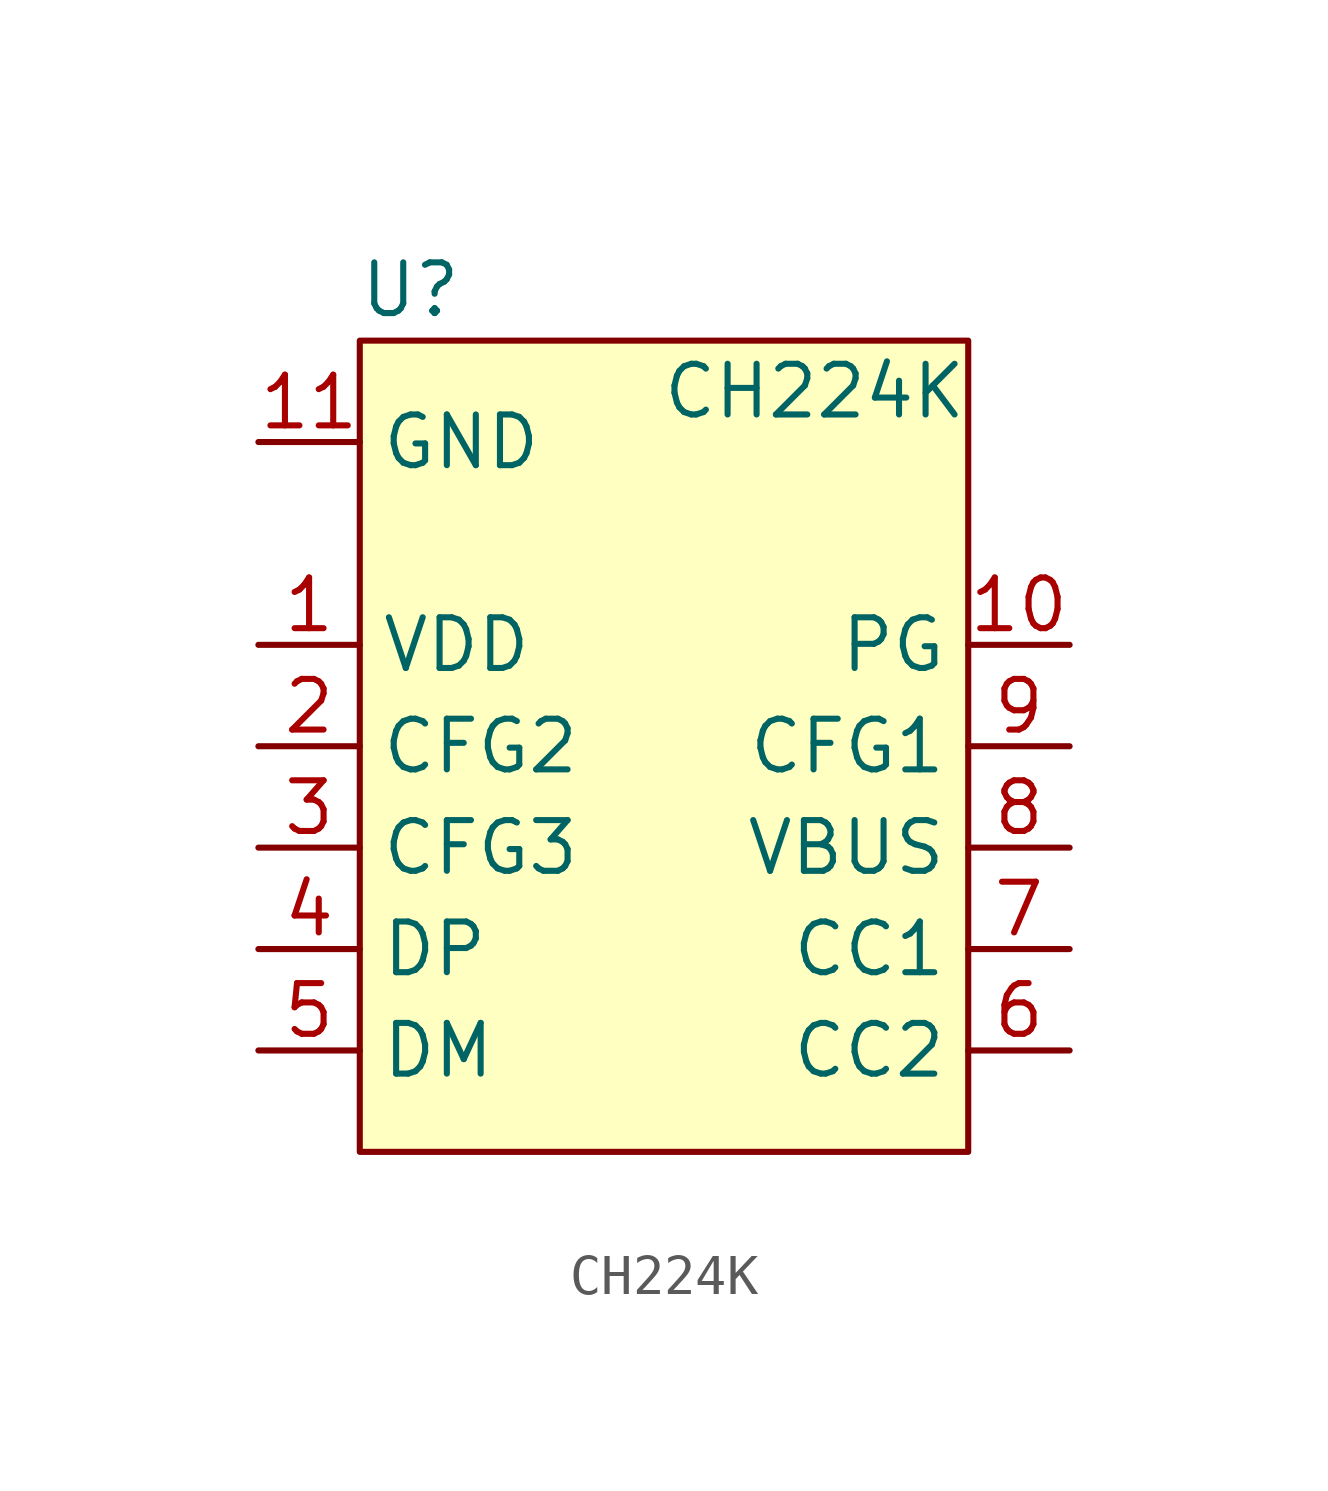
<source format=kicad_sym>
(kicad_symbol_lib
  (version 20211014)
  (generator kicad_symbol_editor)
  (symbol "CH224K"
    (property "Reference" "U"
      (at 3.81 6.35 0)
      (effects (font (size 1.27 1.27))))
    (property "Value" "CH224K"
      (at 17.78 3.81 0)
      (effects (font (size 1.27 1.27)) (justify right)))
    (symbol "CH224K_0_0"
      (pin power_in line (at 0 -2.54 0) (length 2.54) (name "VDD" (effects (font (size 1.27 1.27)))) (number "1" (effects (font (size 1.27 1.27)))))
      (pin input line (at 20.32 -2.54 180) (length 2.54) (name "PG" (effects (font (size 1.27 1.27)))) (number "10" (effects (font (size 1.27 1.27)))))
      (pin power_in line (at 0 2.54 0) (length 2.54) (name "GND" (effects (font (size 1.27 1.27)))) (number "11" (effects (font (size 1.27 1.27)))))
      (pin input line (at 0 -5.08 0) (length 2.54) (name "CFG2" (effects (font (size 1.27 1.27)))) (number "2" (effects (font (size 1.27 1.27)))))
      (pin input line (at 0 -7.62 0) (length 2.54) (name "CFG3" (effects (font (size 1.27 1.27)))) (number "3" (effects (font (size 1.27 1.27)))))
      (pin input line (at 0 -10.16 0) (length 2.54) (name "DP" (effects (font (size 1.27 1.27)))) (number "4" (effects (font (size 1.27 1.27)))))
      (pin input line (at 0 -12.7 0) (length 2.54) (name "DM" (effects (font (size 1.27 1.27)))) (number "5" (effects (font (size 1.27 1.27)))))
      (pin output line (at 20.32 -12.7 180) (length 2.54) (name "CC2" (effects (font (size 1.27 1.27)))) (number "6" (effects (font (size 1.27 1.27)))))
      (pin input line (at 20.32 -10.16 180) (length 2.54) (name "CC1" (effects (font (size 1.27 1.27)))) (number "7" (effects (font (size 1.27 1.27)))))
      (pin power_in line (at 20.32 -7.62 180) (length 2.54) (name "VBUS" (effects (font (size 1.27 1.27)))) (number "8" (effects (font (size 1.27 1.27)))))
      (pin input line (at 20.32 -5.08 180) (length 2.54) (name "CFG1" (effects (font (size 1.27 1.27)))) (number "9" (effects (font (size 1.27 1.27))))))
    (symbol "CH224K_0_1"
      (rectangle (start 2.54 5.08) (end 17.78 -15.24) (stroke (width 0) (type default) (color 0 0 0 0)) (fill (type background))))))
</source>
